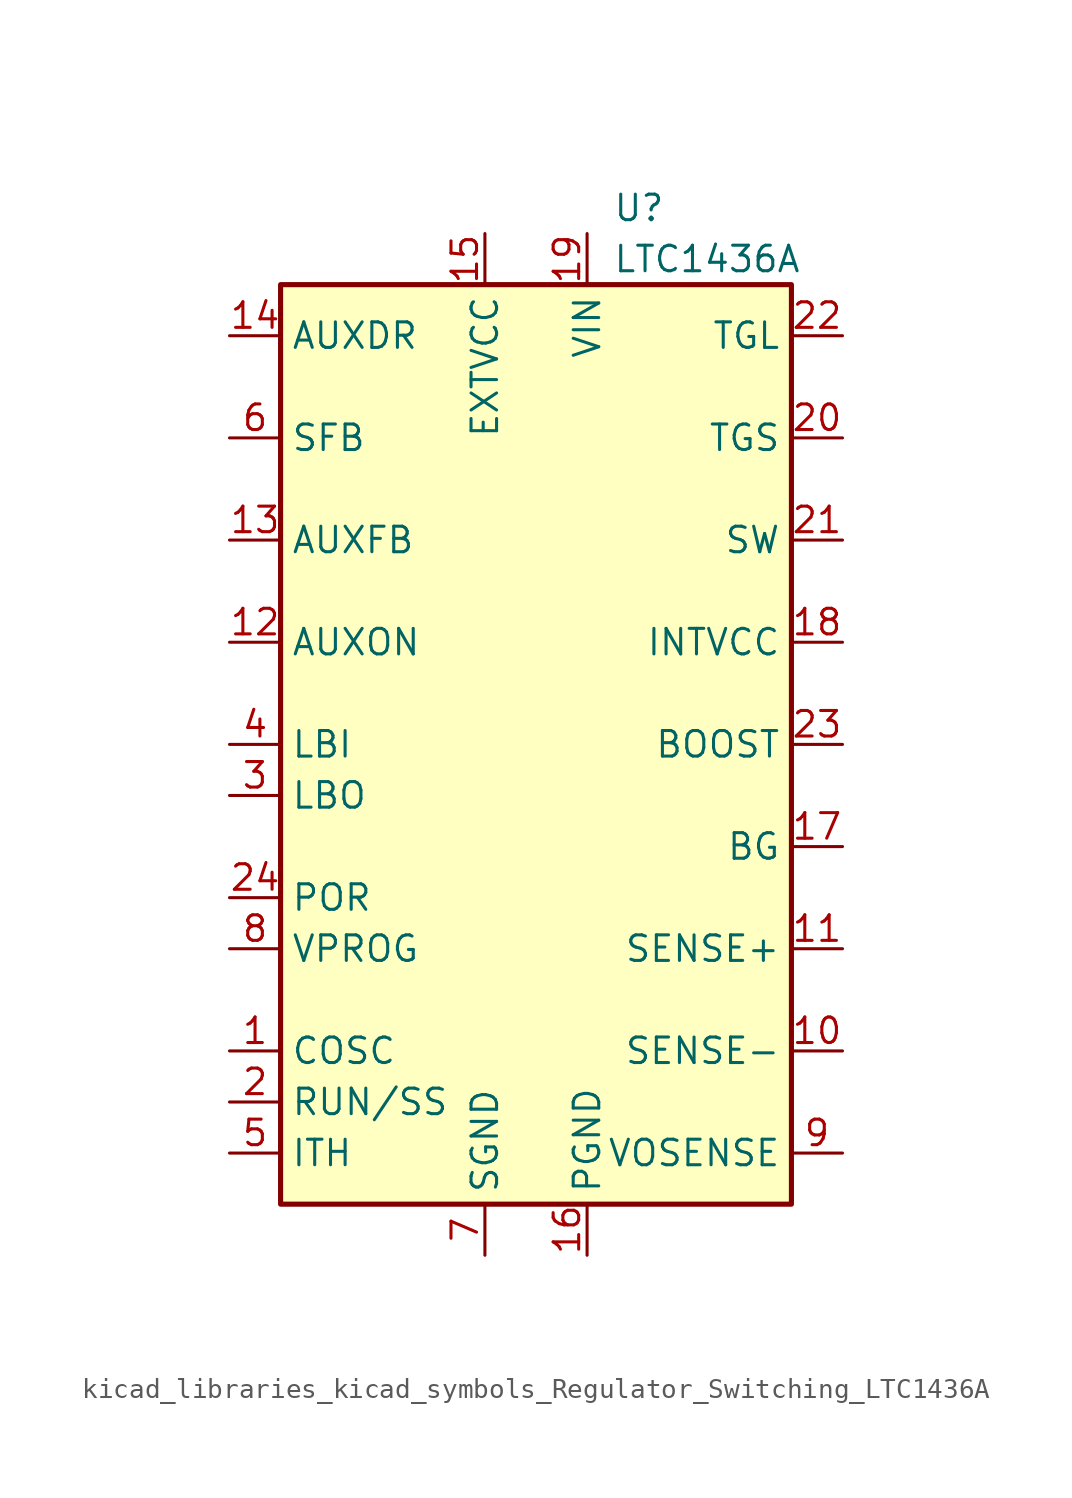
<source format=kicad_sym>
(kicad_symbol_lib
  (version 20220914)
  (generator kicad_symbol_editor)
  (symbol "kicad_libraries_kicad_symbols_Regulator_Switching_LTC1436A"
    (property "Reference" "U"
      (at 3.81 26.67 0)
      (effects (font (size 1.27 1.27)) (justify left)))
    (property "Value" "LTC1436A"
      (at 3.81 24.13 0)
      (effects (font (size 1.27 1.27)) (justify left)))
    (symbol "kicad_libraries_kicad_symbols_Regulator_Switching_LTC1436A_0_1"
      (rectangle (start -12.7 -22.86) (end 12.7 22.86) (stroke (width 0.254) (type default)) (fill (type background))))
    (symbol "kicad_libraries_kicad_symbols_Regulator_Switching_LTC1436A_1_1"
      (pin passive line (at -15.24 -15.24 0) (length 2.54) (name "COSC" (effects (font (size 1.27 1.27)))) (number "1" (effects (font (size 1.27 1.27)))))
      (pin input line (at 15.24 -15.24 180) (length 2.54) (name "SENSE-" (effects (font (size 1.27 1.27)))) (number "10" (effects (font (size 1.27 1.27)))))
      (pin input line (at 15.24 -10.16 180) (length 2.54) (name "SENSE+" (effects (font (size 1.27 1.27)))) (number "11" (effects (font (size 1.27 1.27)))))
      (pin input line (at -15.24 5.08 0) (length 2.54) (name "AUXON" (effects (font (size 1.27 1.27)))) (number "12" (effects (font (size 1.27 1.27)))))
      (pin input line (at -15.24 10.16 0) (length 2.54) (name "AUXFB" (effects (font (size 1.27 1.27)))) (number "13" (effects (font (size 1.27 1.27)))))
      (pin open_collector line (at -15.24 20.32 0) (length 2.54) (name "AUXDR" (effects (font (size 1.27 1.27)))) (number "14" (effects (font (size 1.27 1.27)))))
      (pin power_in line (at -2.54 25.4 270) (length 2.54) (name "EXTVCC" (effects (font (size 1.27 1.27)))) (number "15" (effects (font (size 1.27 1.27)))))
      (pin power_in line (at 2.54 -25.4 90) (length 2.54) (name "PGND" (effects (font (size 1.27 1.27)))) (number "16" (effects (font (size 1.27 1.27)))))
      (pin output line (at 15.24 -5.08 180) (length 2.54) (name "BG" (effects (font (size 1.27 1.27)))) (number "17" (effects (font (size 1.27 1.27)))))
      (pin power_in line (at 15.24 5.08 180) (length 2.54) (name "INTVCC" (effects (font (size 1.27 1.27)))) (number "18" (effects (font (size 1.27 1.27)))))
      (pin power_in line (at 2.54 25.4 270) (length 2.54) (name "VIN" (effects (font (size 1.27 1.27)))) (number "19" (effects (font (size 1.27 1.27)))))
      (pin passive line (at -15.24 -17.78 0) (length 2.54) (name "RUN/SS" (effects (font (size 1.27 1.27)))) (number "2" (effects (font (size 1.27 1.27)))))
      (pin output line (at 15.24 15.24 180) (length 2.54) (name "TGS" (effects (font (size 1.27 1.27)))) (number "20" (effects (font (size 1.27 1.27)))))
      (pin passive line (at 15.24 10.16 180) (length 2.54) (name "SW" (effects (font (size 1.27 1.27)))) (number "21" (effects (font (size 1.27 1.27)))))
      (pin output line (at 15.24 20.32 180) (length 2.54) (name "TGL" (effects (font (size 1.27 1.27)))) (number "22" (effects (font (size 1.27 1.27)))))
      (pin passive line (at 15.24 0 180) (length 2.54) (name "BOOST" (effects (font (size 1.27 1.27)))) (number "23" (effects (font (size 1.27 1.27)))))
      (pin open_collector line (at -15.24 -7.62 0) (length 2.54) (name "POR" (effects (font (size 1.27 1.27)))) (number "24" (effects (font (size 1.27 1.27)))))
      (pin open_collector line (at -15.24 -2.54 0) (length 2.54) (name "LBO" (effects (font (size 1.27 1.27)))) (number "3" (effects (font (size 1.27 1.27)))))
      (pin input line (at -15.24 0 0) (length 2.54) (name "LBI" (effects (font (size 1.27 1.27)))) (number "4" (effects (font (size 1.27 1.27)))))
      (pin passive line (at -15.24 -20.32 0) (length 2.54) (name "ITH" (effects (font (size 1.27 1.27)))) (number "5" (effects (font (size 1.27 1.27)))))
      (pin passive line (at -15.24 15.24 0) (length 2.54) (name "SFB" (effects (font (size 1.27 1.27)))) (number "6" (effects (font (size 1.27 1.27)))))
      (pin power_in line (at -2.54 -25.4 90) (length 2.54) (name "SGND" (effects (font (size 1.27 1.27)))) (number "7" (effects (font (size 1.27 1.27)))))
      (pin input line (at -15.24 -10.16 0) (length 2.54) (name "VPROG" (effects (font (size 1.27 1.27)))) (number "8" (effects (font (size 1.27 1.27)))))
      (pin input line (at 15.24 -20.32 180) (length 2.54) (name "VOSENSE" (effects (font (size 1.27 1.27)))) (number "9" (effects (font (size 1.27 1.27))))))))
</source>
